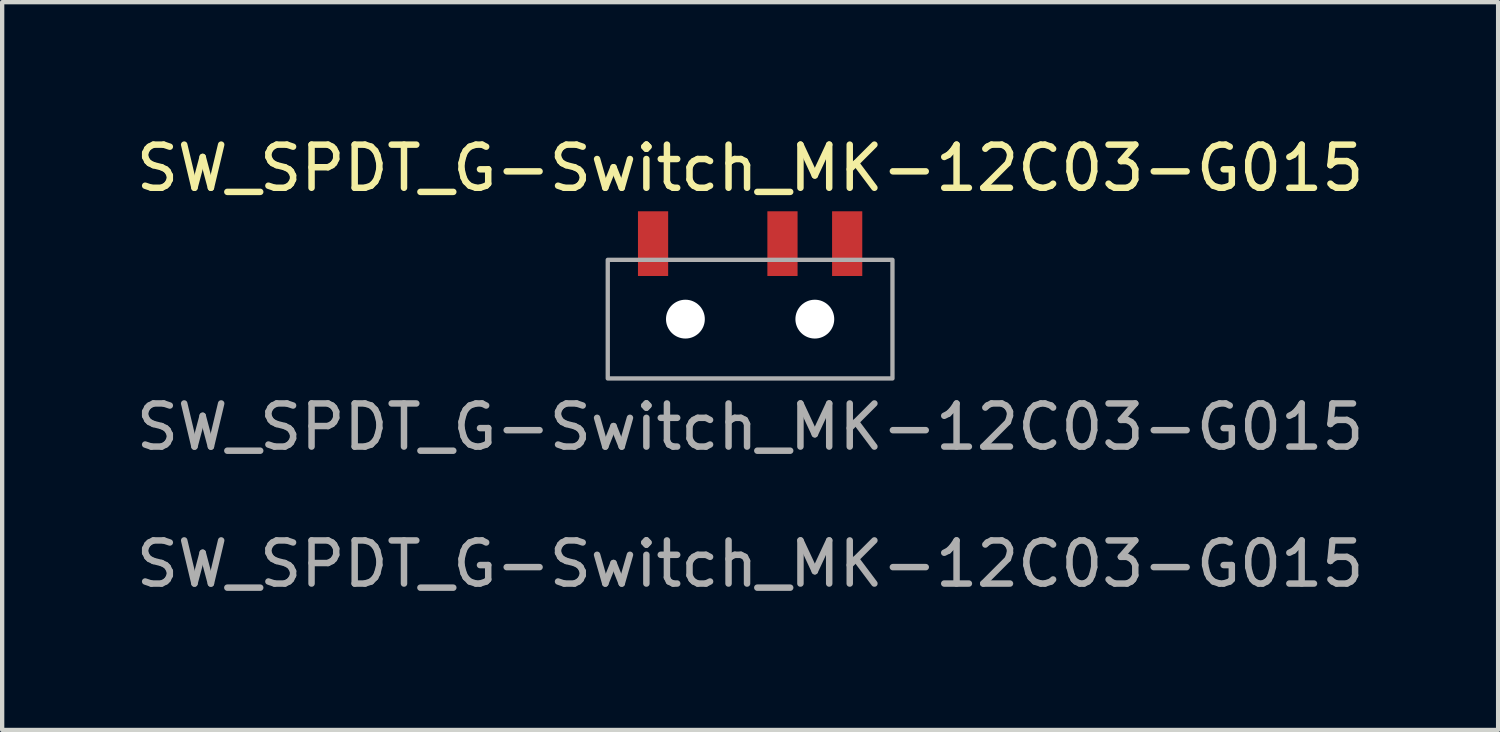
<source format=kicad_pcb>
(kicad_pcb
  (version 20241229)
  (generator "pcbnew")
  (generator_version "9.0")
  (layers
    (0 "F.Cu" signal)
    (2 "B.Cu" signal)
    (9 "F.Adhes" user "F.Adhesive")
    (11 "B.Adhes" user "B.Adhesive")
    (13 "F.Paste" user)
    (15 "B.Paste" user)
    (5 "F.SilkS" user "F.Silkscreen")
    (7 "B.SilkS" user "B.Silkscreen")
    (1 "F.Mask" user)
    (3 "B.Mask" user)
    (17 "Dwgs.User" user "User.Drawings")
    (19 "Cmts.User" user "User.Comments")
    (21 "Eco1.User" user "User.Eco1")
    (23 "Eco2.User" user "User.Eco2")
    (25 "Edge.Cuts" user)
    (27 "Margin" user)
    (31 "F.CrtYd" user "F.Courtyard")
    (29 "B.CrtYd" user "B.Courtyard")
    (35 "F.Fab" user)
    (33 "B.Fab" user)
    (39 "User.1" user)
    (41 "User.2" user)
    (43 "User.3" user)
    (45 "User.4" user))
  (footprint "SW_SPDT_G-Switch_MK-12C03-G015"
    (layer "F.Cu")
    (at 14.339 4.348)
    (property "Reference" "SW_SPDT_G-Switch_MK-12C03-G015" (at 0 -3.5 0) (unlocked yes) (layer "F.SilkS") (effects (font (size 1 1) (thickness 0.15))))
    (attr smd)
    (fp_rect (start -3.3 -1.375) (end 3.3 1.375) (stroke (width 0.1) (type solid)) (fill no) (layer "F.Fab"))
    (fp_text user "${REFERENCE}" (at 0 5.675 0) (unlocked yes) (layer "F.Fab") (effects (font (size 1 1) (thickness 0.15))))
    (fp_text user "${REFERENCE}" (at 0 2.5 0) (unlocked yes) (layer "F.Fab") (effects (font (size 1 1) (thickness 0.15))))
    (pad "" np_thru_hole circle (at -1.5 0) (size 0.9 0.9) (drill 0.9) (layers "*.Cu" "*.Mask"))
    (pad "" np_thru_hole circle (at 1.5 0) (size 0.9 0.9) (drill 0.9) (layers "*.Cu" "*.Mask"))
    (pad "1" smd rect (at -2.25 -1.75) (size 0.7 1.5) (layers "F.Cu" "F.Mask" "F.Paste"))
    (pad "2" smd rect (at 0.75 -1.75) (size 0.7 1.5) (layers "F.Cu" "F.Mask" "F.Paste"))
    (pad "3" smd rect (at 2.25 -1.75) (size 0.7 1.5) (layers "F.Cu" "F.Mask" "F.Paste")))
  (gr_rect
    (start -3 -3)
    (end 31.679 13.871)
    (stroke (width 0.1) (type default))
    (fill no)
    (layer "Edge.Cuts")))
</source>
